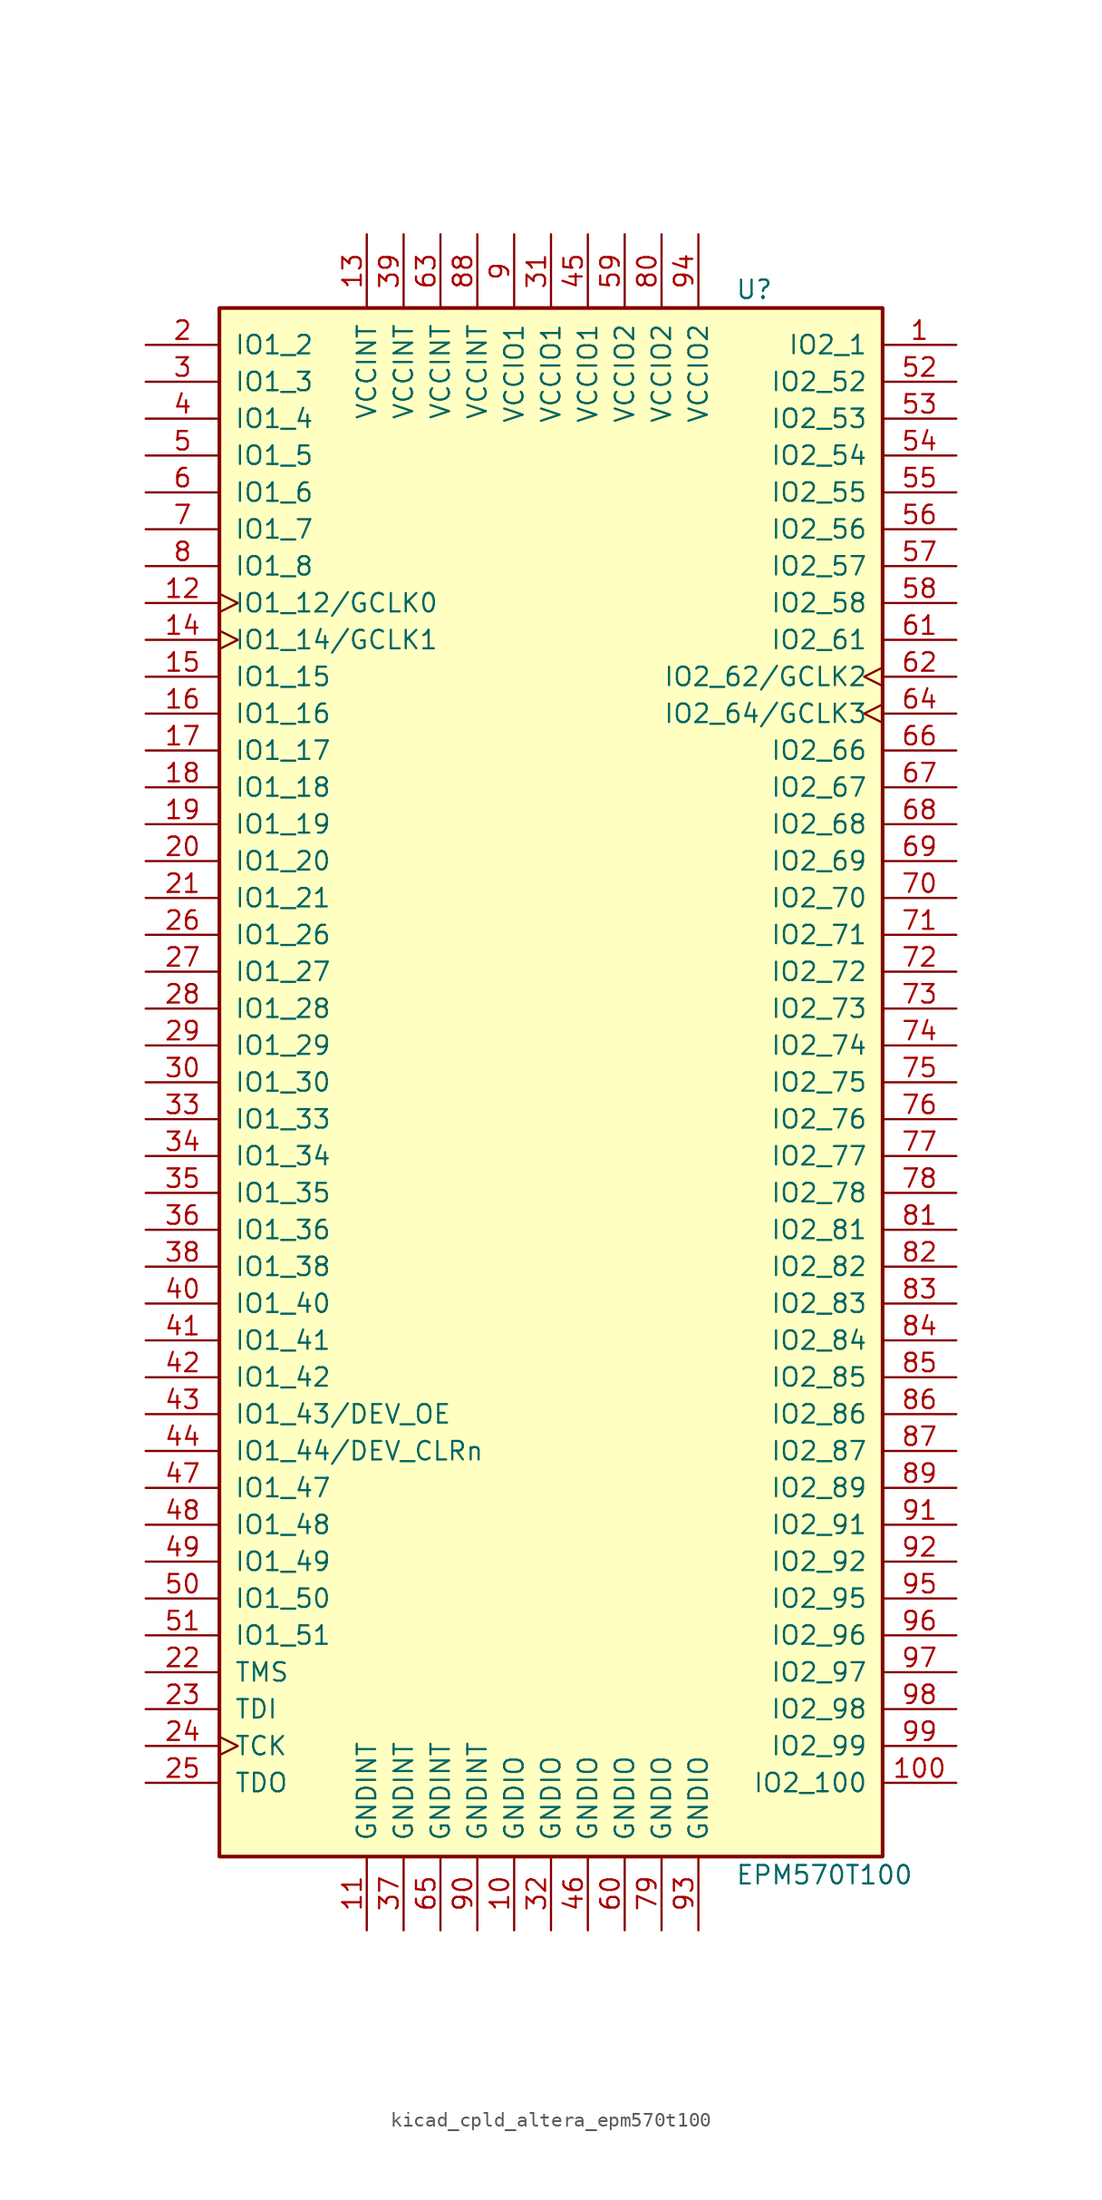
<source format=kicad_sym>
(kicad_symbol_lib
  (version 20220914)
  (generator kicad_symbol_editor)
  (symbol "kicad_cpld_altera_epm570t100"
    (pin_names
      (offset 1.016))
    (property "Reference" "U"
      (at 12.7 54.61 0)
      (effects (font (size 1.27 1.27)) (justify left)))
    (property "Value" "EPM570T100"
      (at 12.7 -54.61 0)
      (effects (font (size 1.27 1.27)) (justify left)))
    (property "ki_locked" ""
      (at 0 0 0)
      (effects (font (size 1.27 1.27))))
    (symbol "kicad_cpld_altera_epm570t100_1_1"
      (rectangle (start -22.86 53.34) (end 22.86 -53.34) (stroke (width 0.254) (type default)) (fill (type background)))
      (pin bidirectional line (at 27.94 50.8 180) (length 5.08) (name "IO2_1" (effects (font (size 1.27 1.27)))) (number "1" (effects (font (size 1.27 1.27)))))
      (pin power_in line (at -2.54 -58.42 90) (length 5.08) (name "GNDIO" (effects (font (size 1.27 1.27)))) (number "10" (effects (font (size 1.27 1.27)))))
      (pin bidirectional line (at 27.94 -48.26 180) (length 5.08) (name "IO2_100" (effects (font (size 1.27 1.27)))) (number "100" (effects (font (size 1.27 1.27)))))
      (pin power_in line (at -12.7 -58.42 90) (length 5.08) (name "GNDINT" (effects (font (size 1.27 1.27)))) (number "11" (effects (font (size 1.27 1.27)))))
      (pin bidirectional clock (at -27.94 33.02 0) (length 5.08) (name "IO1_12/GCLK0" (effects (font (size 1.27 1.27)))) (number "12" (effects (font (size 1.27 1.27)))))
      (pin power_in line (at -12.7 58.42 270) (length 5.08) (name "VCCINT" (effects (font (size 1.27 1.27)))) (number "13" (effects (font (size 1.27 1.27)))))
      (pin bidirectional clock (at -27.94 30.48 0) (length 5.08) (name "IO1_14/GCLK1" (effects (font (size 1.27 1.27)))) (number "14" (effects (font (size 1.27 1.27)))))
      (pin bidirectional line (at -27.94 27.94 0) (length 5.08) (name "IO1_15" (effects (font (size 1.27 1.27)))) (number "15" (effects (font (size 1.27 1.27)))))
      (pin bidirectional line (at -27.94 25.4 0) (length 5.08) (name "IO1_16" (effects (font (size 1.27 1.27)))) (number "16" (effects (font (size 1.27 1.27)))))
      (pin bidirectional line (at -27.94 22.86 0) (length 5.08) (name "IO1_17" (effects (font (size 1.27 1.27)))) (number "17" (effects (font (size 1.27 1.27)))))
      (pin bidirectional line (at -27.94 20.32 0) (length 5.08) (name "IO1_18" (effects (font (size 1.27 1.27)))) (number "18" (effects (font (size 1.27 1.27)))))
      (pin bidirectional line (at -27.94 17.78 0) (length 5.08) (name "IO1_19" (effects (font (size 1.27 1.27)))) (number "19" (effects (font (size 1.27 1.27)))))
      (pin bidirectional line (at -27.94 50.8 0) (length 5.08) (name "IO1_2" (effects (font (size 1.27 1.27)))) (number "2" (effects (font (size 1.27 1.27)))))
      (pin bidirectional line (at -27.94 15.24 0) (length 5.08) (name "IO1_20" (effects (font (size 1.27 1.27)))) (number "20" (effects (font (size 1.27 1.27)))))
      (pin bidirectional line (at -27.94 12.7 0) (length 5.08) (name "IO1_21" (effects (font (size 1.27 1.27)))) (number "21" (effects (font (size 1.27 1.27)))))
      (pin input line (at -27.94 -40.64 0) (length 5.08) (name "TMS" (effects (font (size 1.27 1.27)))) (number "22" (effects (font (size 1.27 1.27)))))
      (pin input line (at -27.94 -43.18 0) (length 5.08) (name "TDI" (effects (font (size 1.27 1.27)))) (number "23" (effects (font (size 1.27 1.27)))))
      (pin input clock (at -27.94 -45.72 0) (length 5.08) (name "TCK" (effects (font (size 1.27 1.27)))) (number "24" (effects (font (size 1.27 1.27)))))
      (pin output line (at -27.94 -48.26 0) (length 5.08) (name "TDO" (effects (font (size 1.27 1.27)))) (number "25" (effects (font (size 1.27 1.27)))))
      (pin bidirectional line (at -27.94 10.16 0) (length 5.08) (name "IO1_26" (effects (font (size 1.27 1.27)))) (number "26" (effects (font (size 1.27 1.27)))))
      (pin bidirectional line (at -27.94 7.62 0) (length 5.08) (name "IO1_27" (effects (font (size 1.27 1.27)))) (number "27" (effects (font (size 1.27 1.27)))))
      (pin bidirectional line (at -27.94 5.08 0) (length 5.08) (name "IO1_28" (effects (font (size 1.27 1.27)))) (number "28" (effects (font (size 1.27 1.27)))))
      (pin bidirectional line (at -27.94 2.54 0) (length 5.08) (name "IO1_29" (effects (font (size 1.27 1.27)))) (number "29" (effects (font (size 1.27 1.27)))))
      (pin bidirectional line (at -27.94 48.26 0) (length 5.08) (name "IO1_3" (effects (font (size 1.27 1.27)))) (number "3" (effects (font (size 1.27 1.27)))))
      (pin bidirectional line (at -27.94 0 0) (length 5.08) (name "IO1_30" (effects (font (size 1.27 1.27)))) (number "30" (effects (font (size 1.27 1.27)))))
      (pin power_in line (at 0 58.42 270) (length 5.08) (name "VCCIO1" (effects (font (size 1.27 1.27)))) (number "31" (effects (font (size 1.27 1.27)))))
      (pin power_in line (at 0 -58.42 90) (length 5.08) (name "GNDIO" (effects (font (size 1.27 1.27)))) (number "32" (effects (font (size 1.27 1.27)))))
      (pin bidirectional line (at -27.94 -2.54 0) (length 5.08) (name "IO1_33" (effects (font (size 1.27 1.27)))) (number "33" (effects (font (size 1.27 1.27)))))
      (pin bidirectional line (at -27.94 -5.08 0) (length 5.08) (name "IO1_34" (effects (font (size 1.27 1.27)))) (number "34" (effects (font (size 1.27 1.27)))))
      (pin bidirectional line (at -27.94 -7.62 0) (length 5.08) (name "IO1_35" (effects (font (size 1.27 1.27)))) (number "35" (effects (font (size 1.27 1.27)))))
      (pin bidirectional line (at -27.94 -10.16 0) (length 5.08) (name "IO1_36" (effects (font (size 1.27 1.27)))) (number "36" (effects (font (size 1.27 1.27)))))
      (pin power_in line (at -10.16 -58.42 90) (length 5.08) (name "GNDINT" (effects (font (size 1.27 1.27)))) (number "37" (effects (font (size 1.27 1.27)))))
      (pin bidirectional line (at -27.94 -12.7 0) (length 5.08) (name "IO1_38" (effects (font (size 1.27 1.27)))) (number "38" (effects (font (size 1.27 1.27)))))
      (pin power_in line (at -10.16 58.42 270) (length 5.08) (name "VCCINT" (effects (font (size 1.27 1.27)))) (number "39" (effects (font (size 1.27 1.27)))))
      (pin bidirectional line (at -27.94 45.72 0) (length 5.08) (name "IO1_4" (effects (font (size 1.27 1.27)))) (number "4" (effects (font (size 1.27 1.27)))))
      (pin bidirectional line (at -27.94 -15.24 0) (length 5.08) (name "IO1_40" (effects (font (size 1.27 1.27)))) (number "40" (effects (font (size 1.27 1.27)))))
      (pin bidirectional line (at -27.94 -17.78 0) (length 5.08) (name "IO1_41" (effects (font (size 1.27 1.27)))) (number "41" (effects (font (size 1.27 1.27)))))
      (pin bidirectional line (at -27.94 -20.32 0) (length 5.08) (name "IO1_42" (effects (font (size 1.27 1.27)))) (number "42" (effects (font (size 1.27 1.27)))))
      (pin bidirectional line (at -27.94 -22.86 0) (length 5.08) (name "IO1_43/DEV_OE" (effects (font (size 1.27 1.27)))) (number "43" (effects (font (size 1.27 1.27)))))
      (pin bidirectional line (at -27.94 -25.4 0) (length 5.08) (name "IO1_44/DEV_CLRn" (effects (font (size 1.27 1.27)))) (number "44" (effects (font (size 1.27 1.27)))))
      (pin power_in line (at 2.54 58.42 270) (length 5.08) (name "VCCIO1" (effects (font (size 1.27 1.27)))) (number "45" (effects (font (size 1.27 1.27)))))
      (pin power_in line (at 2.54 -58.42 90) (length 5.08) (name "GNDIO" (effects (font (size 1.27 1.27)))) (number "46" (effects (font (size 1.27 1.27)))))
      (pin bidirectional line (at -27.94 -27.94 0) (length 5.08) (name "IO1_47" (effects (font (size 1.27 1.27)))) (number "47" (effects (font (size 1.27 1.27)))))
      (pin bidirectional line (at -27.94 -30.48 0) (length 5.08) (name "IO1_48" (effects (font (size 1.27 1.27)))) (number "48" (effects (font (size 1.27 1.27)))))
      (pin bidirectional line (at -27.94 -33.02 0) (length 5.08) (name "IO1_49" (effects (font (size 1.27 1.27)))) (number "49" (effects (font (size 1.27 1.27)))))
      (pin bidirectional line (at -27.94 43.18 0) (length 5.08) (name "IO1_5" (effects (font (size 1.27 1.27)))) (number "5" (effects (font (size 1.27 1.27)))))
      (pin bidirectional line (at -27.94 -35.56 0) (length 5.08) (name "IO1_50" (effects (font (size 1.27 1.27)))) (number "50" (effects (font (size 1.27 1.27)))))
      (pin bidirectional line (at -27.94 -38.1 0) (length 5.08) (name "IO1_51" (effects (font (size 1.27 1.27)))) (number "51" (effects (font (size 1.27 1.27)))))
      (pin bidirectional line (at 27.94 48.26 180) (length 5.08) (name "IO2_52" (effects (font (size 1.27 1.27)))) (number "52" (effects (font (size 1.27 1.27)))))
      (pin bidirectional line (at 27.94 45.72 180) (length 5.08) (name "IO2_53" (effects (font (size 1.27 1.27)))) (number "53" (effects (font (size 1.27 1.27)))))
      (pin bidirectional line (at 27.94 43.18 180) (length 5.08) (name "IO2_54" (effects (font (size 1.27 1.27)))) (number "54" (effects (font (size 1.27 1.27)))))
      (pin bidirectional line (at 27.94 40.64 180) (length 5.08) (name "IO2_55" (effects (font (size 1.27 1.27)))) (number "55" (effects (font (size 1.27 1.27)))))
      (pin bidirectional line (at 27.94 38.1 180) (length 5.08) (name "IO2_56" (effects (font (size 1.27 1.27)))) (number "56" (effects (font (size 1.27 1.27)))))
      (pin bidirectional line (at 27.94 35.56 180) (length 5.08) (name "IO2_57" (effects (font (size 1.27 1.27)))) (number "57" (effects (font (size 1.27 1.27)))))
      (pin bidirectional line (at 27.94 33.02 180) (length 5.08) (name "IO2_58" (effects (font (size 1.27 1.27)))) (number "58" (effects (font (size 1.27 1.27)))))
      (pin power_in line (at 5.08 58.42 270) (length 5.08) (name "VCCIO2" (effects (font (size 1.27 1.27)))) (number "59" (effects (font (size 1.27 1.27)))))
      (pin bidirectional line (at -27.94 40.64 0) (length 5.08) (name "IO1_6" (effects (font (size 1.27 1.27)))) (number "6" (effects (font (size 1.27 1.27)))))
      (pin power_in line (at 5.08 -58.42 90) (length 5.08) (name "GNDIO" (effects (font (size 1.27 1.27)))) (number "60" (effects (font (size 1.27 1.27)))))
      (pin bidirectional line (at 27.94 30.48 180) (length 5.08) (name "IO2_61" (effects (font (size 1.27 1.27)))) (number "61" (effects (font (size 1.27 1.27)))))
      (pin bidirectional clock (at 27.94 27.94 180) (length 5.08) (name "IO2_62/GCLK2" (effects (font (size 1.27 1.27)))) (number "62" (effects (font (size 1.27 1.27)))))
      (pin power_in line (at -7.62 58.42 270) (length 5.08) (name "VCCINT" (effects (font (size 1.27 1.27)))) (number "63" (effects (font (size 1.27 1.27)))))
      (pin bidirectional clock (at 27.94 25.4 180) (length 5.08) (name "IO2_64/GCLK3" (effects (font (size 1.27 1.27)))) (number "64" (effects (font (size 1.27 1.27)))))
      (pin power_in line (at -7.62 -58.42 90) (length 5.08) (name "GNDINT" (effects (font (size 1.27 1.27)))) (number "65" (effects (font (size 1.27 1.27)))))
      (pin bidirectional line (at 27.94 22.86 180) (length 5.08) (name "IO2_66" (effects (font (size 1.27 1.27)))) (number "66" (effects (font (size 1.27 1.27)))))
      (pin bidirectional line (at 27.94 20.32 180) (length 5.08) (name "IO2_67" (effects (font (size 1.27 1.27)))) (number "67" (effects (font (size 1.27 1.27)))))
      (pin bidirectional line (at 27.94 17.78 180) (length 5.08) (name "IO2_68" (effects (font (size 1.27 1.27)))) (number "68" (effects (font (size 1.27 1.27)))))
      (pin bidirectional line (at 27.94 15.24 180) (length 5.08) (name "IO2_69" (effects (font (size 1.27 1.27)))) (number "69" (effects (font (size 1.27 1.27)))))
      (pin bidirectional line (at -27.94 38.1 0) (length 5.08) (name "IO1_7" (effects (font (size 1.27 1.27)))) (number "7" (effects (font (size 1.27 1.27)))))
      (pin bidirectional line (at 27.94 12.7 180) (length 5.08) (name "IO2_70" (effects (font (size 1.27 1.27)))) (number "70" (effects (font (size 1.27 1.27)))))
      (pin bidirectional line (at 27.94 10.16 180) (length 5.08) (name "IO2_71" (effects (font (size 1.27 1.27)))) (number "71" (effects (font (size 1.27 1.27)))))
      (pin bidirectional line (at 27.94 7.62 180) (length 5.08) (name "IO2_72" (effects (font (size 1.27 1.27)))) (number "72" (effects (font (size 1.27 1.27)))))
      (pin bidirectional line (at 27.94 5.08 180) (length 5.08) (name "IO2_73" (effects (font (size 1.27 1.27)))) (number "73" (effects (font (size 1.27 1.27)))))
      (pin bidirectional line (at 27.94 2.54 180) (length 5.08) (name "IO2_74" (effects (font (size 1.27 1.27)))) (number "74" (effects (font (size 1.27 1.27)))))
      (pin bidirectional line (at 27.94 0 180) (length 5.08) (name "IO2_75" (effects (font (size 1.27 1.27)))) (number "75" (effects (font (size 1.27 1.27)))))
      (pin bidirectional line (at 27.94 -2.54 180) (length 5.08) (name "IO2_76" (effects (font (size 1.27 1.27)))) (number "76" (effects (font (size 1.27 1.27)))))
      (pin bidirectional line (at 27.94 -5.08 180) (length 5.08) (name "IO2_77" (effects (font (size 1.27 1.27)))) (number "77" (effects (font (size 1.27 1.27)))))
      (pin bidirectional line (at 27.94 -7.62 180) (length 5.08) (name "IO2_78" (effects (font (size 1.27 1.27)))) (number "78" (effects (font (size 1.27 1.27)))))
      (pin power_in line (at 7.62 -58.42 90) (length 5.08) (name "GNDIO" (effects (font (size 1.27 1.27)))) (number "79" (effects (font (size 1.27 1.27)))))
      (pin bidirectional line (at -27.94 35.56 0) (length 5.08) (name "IO1_8" (effects (font (size 1.27 1.27)))) (number "8" (effects (font (size 1.27 1.27)))))
      (pin power_in line (at 7.62 58.42 270) (length 5.08) (name "VCCIO2" (effects (font (size 1.27 1.27)))) (number "80" (effects (font (size 1.27 1.27)))))
      (pin bidirectional line (at 27.94 -10.16 180) (length 5.08) (name "IO2_81" (effects (font (size 1.27 1.27)))) (number "81" (effects (font (size 1.27 1.27)))))
      (pin bidirectional line (at 27.94 -12.7 180) (length 5.08) (name "IO2_82" (effects (font (size 1.27 1.27)))) (number "82" (effects (font (size 1.27 1.27)))))
      (pin bidirectional line (at 27.94 -15.24 180) (length 5.08) (name "IO2_83" (effects (font (size 1.27 1.27)))) (number "83" (effects (font (size 1.27 1.27)))))
      (pin bidirectional line (at 27.94 -17.78 180) (length 5.08) (name "IO2_84" (effects (font (size 1.27 1.27)))) (number "84" (effects (font (size 1.27 1.27)))))
      (pin bidirectional line (at 27.94 -20.32 180) (length 5.08) (name "IO2_85" (effects (font (size 1.27 1.27)))) (number "85" (effects (font (size 1.27 1.27)))))
      (pin bidirectional line (at 27.94 -22.86 180) (length 5.08) (name "IO2_86" (effects (font (size 1.27 1.27)))) (number "86" (effects (font (size 1.27 1.27)))))
      (pin bidirectional line (at 27.94 -25.4 180) (length 5.08) (name "IO2_87" (effects (font (size 1.27 1.27)))) (number "87" (effects (font (size 1.27 1.27)))))
      (pin power_in line (at -5.08 58.42 270) (length 5.08) (name "VCCINT" (effects (font (size 1.27 1.27)))) (number "88" (effects (font (size 1.27 1.27)))))
      (pin bidirectional line (at 27.94 -27.94 180) (length 5.08) (name "IO2_89" (effects (font (size 1.27 1.27)))) (number "89" (effects (font (size 1.27 1.27)))))
      (pin power_in line (at -2.54 58.42 270) (length 5.08) (name "VCCIO1" (effects (font (size 1.27 1.27)))) (number "9" (effects (font (size 1.27 1.27)))))
      (pin power_in line (at -5.08 -58.42 90) (length 5.08) (name "GNDINT" (effects (font (size 1.27 1.27)))) (number "90" (effects (font (size 1.27 1.27)))))
      (pin bidirectional line (at 27.94 -30.48 180) (length 5.08) (name "IO2_91" (effects (font (size 1.27 1.27)))) (number "91" (effects (font (size 1.27 1.27)))))
      (pin bidirectional line (at 27.94 -33.02 180) (length 5.08) (name "IO2_92" (effects (font (size 1.27 1.27)))) (number "92" (effects (font (size 1.27 1.27)))))
      (pin power_in line (at 10.16 -58.42 90) (length 5.08) (name "GNDIO" (effects (font (size 1.27 1.27)))) (number "93" (effects (font (size 1.27 1.27)))))
      (pin power_in line (at 10.16 58.42 270) (length 5.08) (name "VCCIO2" (effects (font (size 1.27 1.27)))) (number "94" (effects (font (size 1.27 1.27)))))
      (pin bidirectional line (at 27.94 -35.56 180) (length 5.08) (name "IO2_95" (effects (font (size 1.27 1.27)))) (number "95" (effects (font (size 1.27 1.27)))))
      (pin bidirectional line (at 27.94 -38.1 180) (length 5.08) (name "IO2_96" (effects (font (size 1.27 1.27)))) (number "96" (effects (font (size 1.27 1.27)))))
      (pin bidirectional line (at 27.94 -40.64 180) (length 5.08) (name "IO2_97" (effects (font (size 1.27 1.27)))) (number "97" (effects (font (size 1.27 1.27)))))
      (pin bidirectional line (at 27.94 -43.18 180) (length 5.08) (name "IO2_98" (effects (font (size 1.27 1.27)))) (number "98" (effects (font (size 1.27 1.27)))))
      (pin bidirectional line (at 27.94 -45.72 180) (length 5.08) (name "IO2_99" (effects (font (size 1.27 1.27)))) (number "99" (effects (font (size 1.27 1.27))))))))
</source>
